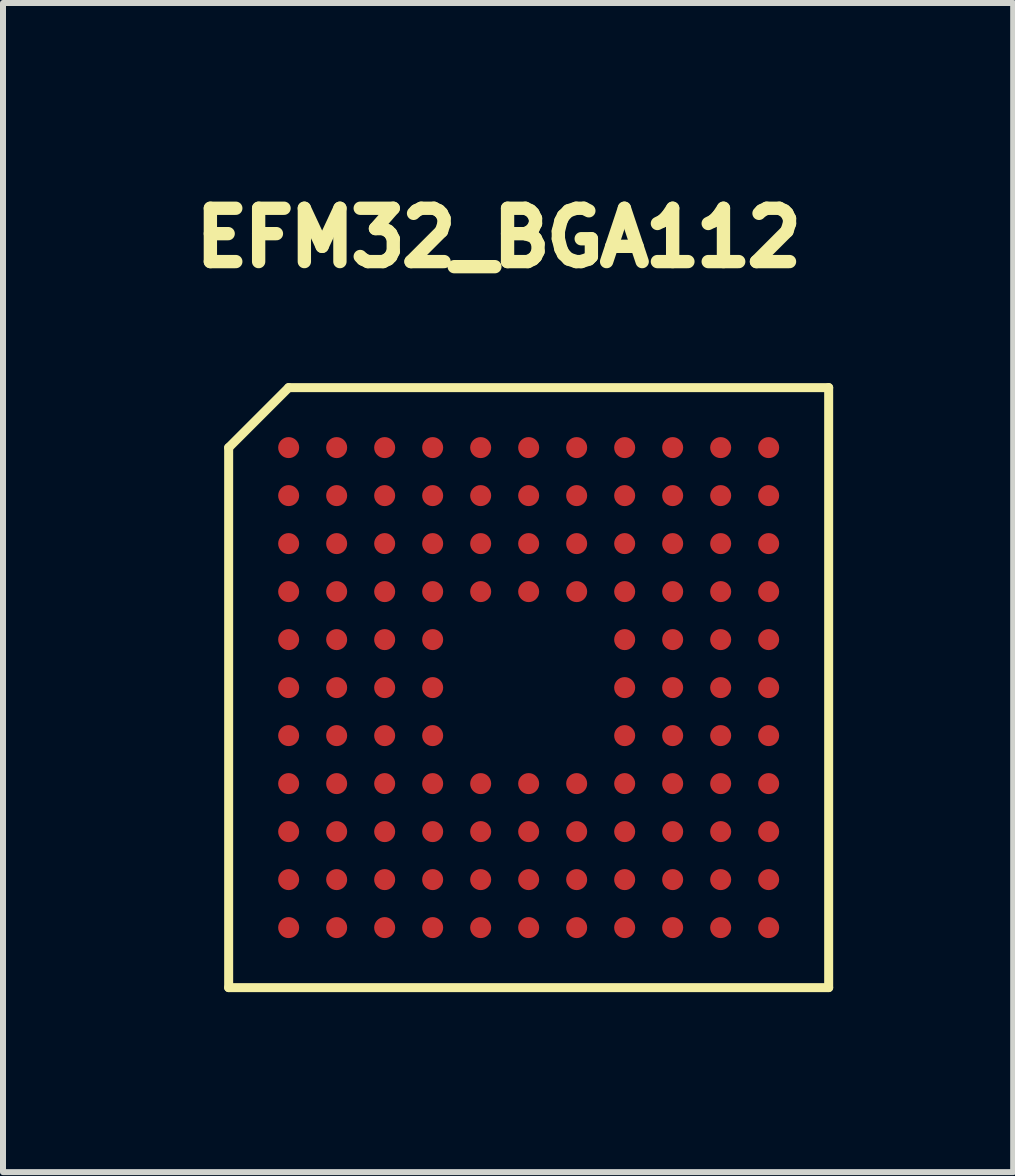
<source format=kicad_pcb>
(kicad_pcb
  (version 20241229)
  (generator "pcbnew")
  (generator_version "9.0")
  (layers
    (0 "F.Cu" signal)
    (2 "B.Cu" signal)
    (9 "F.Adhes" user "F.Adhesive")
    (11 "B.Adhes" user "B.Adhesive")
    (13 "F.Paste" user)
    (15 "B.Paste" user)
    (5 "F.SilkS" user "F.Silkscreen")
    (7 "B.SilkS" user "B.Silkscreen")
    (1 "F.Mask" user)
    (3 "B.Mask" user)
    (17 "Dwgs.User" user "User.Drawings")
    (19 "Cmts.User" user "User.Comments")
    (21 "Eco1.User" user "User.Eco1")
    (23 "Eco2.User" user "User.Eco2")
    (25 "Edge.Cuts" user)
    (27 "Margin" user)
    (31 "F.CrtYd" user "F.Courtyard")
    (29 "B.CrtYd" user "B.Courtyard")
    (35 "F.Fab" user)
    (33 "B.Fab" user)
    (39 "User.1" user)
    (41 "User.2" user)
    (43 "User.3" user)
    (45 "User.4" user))
  (footprint "EFM32_BGA112"
    (layer "F.Cu")
    (at 5.761 8.41)
    (property "Reference" "EFM32_BGA112" (at -0.5 -7.5 0) (layer "F.SilkS") (effects (font (size 0.889 0.889) (thickness 0.305))))
    (attr through_hole)
    (fp_line (start -5 -4) (end -5 5) (stroke (width 0.15) (type solid)) (layer "F.SilkS"))
    (fp_line (start -5 5) (end 5 5) (stroke (width 0.15) (type solid)) (layer "F.SilkS"))
    (fp_line (start -4 -5) (end -5 -4) (stroke (width 0.15) (type solid)) (layer "F.SilkS"))
    (fp_line (start 5 -5) (end -4 -5) (stroke (width 0.15) (type solid)) (layer "F.SilkS"))
    (fp_line (start 5 5) (end 5 -5) (stroke (width 0.15) (type solid)) (layer "F.SilkS"))
    (pad "A1" smd circle (at -4 -4 180) (size 0.35 0.35) (layers "F.Cu" "F.Mask" "F.Paste"))
    (pad "A2" smd circle (at -3.2 -4 180) (size 0.35 0.35) (layers "F.Cu" "F.Mask" "F.Paste"))
    (pad "A3" smd circle (at -2.4 -4 180) (size 0.35 0.35) (layers "F.Cu" "F.Mask" "F.Paste"))
    (pad "A4" smd circle (at -1.6 -4 180) (size 0.35 0.35) (layers "F.Cu" "F.Mask" "F.Paste"))
    (pad "A5" smd circle (at -0.8 -4 180) (size 0.35 0.35) (layers "F.Cu" "F.Mask" "F.Paste"))
    (pad "A6" smd circle (at 0 -4 180) (size 0.35 0.35) (layers "F.Cu" "F.Mask" "F.Paste"))
    (pad "A7" smd circle (at 0.8 -4 180) (size 0.35 0.35) (layers "F.Cu" "F.Mask" "F.Paste"))
    (pad "A8" smd circle (at 1.6 -4 180) (size 0.35 0.35) (layers "F.Cu" "F.Mask" "F.Paste"))
    (pad "A9" smd circle (at 2.4 -4 180) (size 0.35 0.35) (layers "F.Cu" "F.Mask" "F.Paste"))
    (pad "A10" smd circle (at 3.2 -4 180) (size 0.35 0.35) (layers "F.Cu" "F.Mask" "F.Paste"))
    (pad "A11" smd circle (at 4 -4 180) (size 0.35 0.35) (layers "F.Cu" "F.Mask" "F.Paste"))
    (pad "B1" smd circle (at -4 -3.2 180) (size 0.35 0.35) (layers "F.Cu" "F.Mask" "F.Paste"))
    (pad "B2" smd circle (at -3.2 -3.2 180) (size 0.35 0.35) (layers "F.Cu" "F.Mask" "F.Paste"))
    (pad "B3" smd circle (at -2.4 -3.2 180) (size 0.35 0.35) (layers "F.Cu" "F.Mask" "F.Paste"))
    (pad "B4" smd circle (at -1.6 -3.2 180) (size 0.35 0.35) (layers "F.Cu" "F.Mask" "F.Paste"))
    (pad "B5" smd circle (at -0.8 -3.2 180) (size 0.35 0.35) (layers "F.Cu" "F.Mask" "F.Paste"))
    (pad "B6" smd circle (at 0 -3.2 180) (size 0.35 0.35) (layers "F.Cu" "F.Mask" "F.Paste"))
    (pad "B7" smd circle (at 0.8 -3.2 180) (size 0.35 0.35) (layers "F.Cu" "F.Mask" "F.Paste"))
    (pad "B8" smd circle (at 1.6 -3.2 180) (size 0.35 0.35) (layers "F.Cu" "F.Mask" "F.Paste"))
    (pad "B9" smd circle (at 2.4 -3.2 180) (size 0.35 0.35) (layers "F.Cu" "F.Mask" "F.Paste"))
    (pad "B10" smd circle (at 3.2 -3.2 180) (size 0.35 0.35) (layers "F.Cu" "F.Mask" "F.Paste"))
    (pad "B11" smd circle (at 4 -3.2 180) (size 0.35 0.35) (layers "F.Cu" "F.Mask" "F.Paste"))
    (pad "C1" smd circle (at -4 -2.4 180) (size 0.35 0.35) (layers "F.Cu" "F.Mask" "F.Paste"))
    (pad "C2" smd circle (at -3.2 -2.4 180) (size 0.35 0.35) (layers "F.Cu" "F.Mask" "F.Paste"))
    (pad "C3" smd circle (at -2.4 -2.4 180) (size 0.35 0.35) (layers "F.Cu" "F.Mask" "F.Paste"))
    (pad "C4" smd circle (at -1.6 -2.4 180) (size 0.35 0.35) (layers "F.Cu" "F.Mask" "F.Paste"))
    (pad "C5" smd circle (at -0.8 -2.4 180) (size 0.35 0.35) (layers "F.Cu" "F.Mask" "F.Paste"))
    (pad "C6" smd circle (at 0 -2.4 180) (size 0.35 0.35) (layers "F.Cu" "F.Mask" "F.Paste"))
    (pad "C7" smd circle (at 0.8 -2.4 180) (size 0.35 0.35) (layers "F.Cu" "F.Mask" "F.Paste"))
    (pad "C8" smd circle (at 1.6 -2.4 180) (size 0.35 0.35) (layers "F.Cu" "F.Mask" "F.Paste"))
    (pad "C9" smd circle (at 2.4 -2.4 180) (size 0.35 0.35) (layers "F.Cu" "F.Mask" "F.Paste"))
    (pad "C10" smd circle (at 3.2 -2.4 180) (size 0.35 0.35) (layers "F.Cu" "F.Mask" "F.Paste"))
    (pad "C11" smd circle (at 4 -2.4 180) (size 0.35 0.35) (layers "F.Cu" "F.Mask" "F.Paste"))
    (pad "D1" smd circle (at -4 -1.6 180) (size 0.35 0.35) (layers "F.Cu" "F.Mask" "F.Paste"))
    (pad "D2" smd circle (at -3.2 -1.6 180) (size 0.35 0.35) (layers "F.Cu" "F.Mask" "F.Paste"))
    (pad "D3" smd circle (at -2.4 -1.6 180) (size 0.35 0.35) (layers "F.Cu" "F.Mask" "F.Paste"))
    (pad "D4" smd circle (at -1.6 -1.6 180) (size 0.35 0.35) (layers "F.Cu" "F.Mask" "F.Paste"))
    (pad "D5" smd circle (at -0.8 -1.6 180) (size 0.35 0.35) (layers "F.Cu" "F.Mask" "F.Paste"))
    (pad "D6" smd circle (at 0 -1.6 180) (size 0.35 0.35) (layers "F.Cu" "F.Mask" "F.Paste"))
    (pad "D7" smd circle (at 0.8 -1.6 180) (size 0.35 0.35) (layers "F.Cu" "F.Mask" "F.Paste"))
    (pad "D8" smd circle (at 1.6 -1.6 180) (size 0.35 0.35) (layers "F.Cu" "F.Mask" "F.Paste"))
    (pad "D9" smd circle (at 2.4 -1.6 180) (size 0.35 0.35) (layers "F.Cu" "F.Mask" "F.Paste"))
    (pad "D10" smd circle (at 3.2 -1.6 180) (size 0.35 0.35) (layers "F.Cu" "F.Mask" "F.Paste"))
    (pad "D11" smd circle (at 4 -1.6 180) (size 0.35 0.35) (layers "F.Cu" "F.Mask" "F.Paste"))
    (pad "E1" smd circle (at -4 -0.8 180) (size 0.35 0.35) (layers "F.Cu" "F.Mask" "F.Paste"))
    (pad "E2" smd circle (at -3.2 -0.8 180) (size 0.35 0.35) (layers "F.Cu" "F.Mask" "F.Paste"))
    (pad "E3" smd circle (at -2.4 -0.8 180) (size 0.35 0.35) (layers "F.Cu" "F.Mask" "F.Paste"))
    (pad "E4" smd circle (at -1.6 -0.8 180) (size 0.35 0.35) (layers "F.Cu" "F.Mask" "F.Paste"))
    (pad "E8" smd circle (at 1.6 -0.8 180) (size 0.35 0.35) (layers "F.Cu" "F.Mask" "F.Paste"))
    (pad "E9" smd circle (at 2.4 -0.8 180) (size 0.35 0.35) (layers "F.Cu" "F.Mask" "F.Paste"))
    (pad "E10" smd circle (at 3.2 -0.8 180) (size 0.35 0.35) (layers "F.Cu" "F.Mask" "F.Paste"))
    (pad "E11" smd circle (at 4 -0.8 180) (size 0.35 0.35) (layers "F.Cu" "F.Mask" "F.Paste"))
    (pad "F1" smd circle (at -4 0 180) (size 0.35 0.35) (layers "F.Cu" "F.Mask" "F.Paste"))
    (pad "F2" smd circle (at -3.2 0 180) (size 0.35 0.35) (layers "F.Cu" "F.Mask" "F.Paste"))
    (pad "F3" smd circle (at -2.4 0 180) (size 0.35 0.35) (layers "F.Cu" "F.Mask" "F.Paste"))
    (pad "F4" smd circle (at -1.6 0 180) (size 0.35 0.35) (layers "F.Cu" "F.Mask" "F.Paste"))
    (pad "F8" smd circle (at 1.6 0 180) (size 0.35 0.35) (layers "F.Cu" "F.Mask" "F.Paste"))
    (pad "F9" smd circle (at 2.4 0 180) (size 0.35 0.35) (layers "F.Cu" "F.Mask" "F.Paste"))
    (pad "F10" smd circle (at 3.2 0 180) (size 0.35 0.35) (layers "F.Cu" "F.Mask" "F.Paste"))
    (pad "F11" smd circle (at 4 0 180) (size 0.35 0.35) (layers "F.Cu" "F.Mask" "F.Paste"))
    (pad "G1" smd circle (at -4 0.8 180) (size 0.35 0.35) (layers "F.Cu" "F.Mask" "F.Paste"))
    (pad "G2" smd circle (at -3.2 0.8 180) (size 0.35 0.35) (layers "F.Cu" "F.Mask" "F.Paste"))
    (pad "G3" smd circle (at -2.4 0.8 180) (size 0.35 0.35) (layers "F.Cu" "F.Mask" "F.Paste"))
    (pad "G4" smd circle (at -1.6 0.8 180) (size 0.35 0.35) (layers "F.Cu" "F.Mask" "F.Paste"))
    (pad "G8" smd circle (at 1.6 0.8 180) (size 0.35 0.35) (layers "F.Cu" "F.Mask" "F.Paste"))
    (pad "G9" smd circle (at 2.4 0.8 180) (size 0.35 0.35) (layers "F.Cu" "F.Mask" "F.Paste"))
    (pad "G10" smd circle (at 3.2 0.8 180) (size 0.35 0.35) (layers "F.Cu" "F.Mask" "F.Paste"))
    (pad "G11" smd circle (at 4 0.8 180) (size 0.35 0.35) (layers "F.Cu" "F.Mask" "F.Paste"))
    (pad "H1" smd circle (at -4 1.6 180) (size 0.35 0.35) (layers "F.Cu" "F.Mask" "F.Paste"))
    (pad "H2" smd circle (at -3.2 1.6 180) (size 0.35 0.35) (layers "F.Cu" "F.Mask" "F.Paste"))
    (pad "H3" smd circle (at -2.4 1.6 180) (size 0.35 0.35) (layers "F.Cu" "F.Mask" "F.Paste"))
    (pad "H4" smd circle (at -1.6 1.6 180) (size 0.35 0.35) (layers "F.Cu" "F.Mask" "F.Paste"))
    (pad "H5" smd circle (at -0.8 1.6 180) (size 0.35 0.35) (layers "F.Cu" "F.Mask" "F.Paste"))
    (pad "H6" smd circle (at 0 1.6 180) (size 0.35 0.35) (layers "F.Cu" "F.Mask" "F.Paste"))
    (pad "H7" smd circle (at 0.8 1.6 180) (size 0.35 0.35) (layers "F.Cu" "F.Mask" "F.Paste"))
    (pad "H8" smd circle (at 1.6 1.6 180) (size 0.35 0.35) (layers "F.Cu" "F.Mask" "F.Paste"))
    (pad "H9" smd circle (at 2.4 1.6 180) (size 0.35 0.35) (layers "F.Cu" "F.Mask" "F.Paste"))
    (pad "H10" smd circle (at 3.2 1.6 180) (size 0.35 0.35) (layers "F.Cu" "F.Mask" "F.Paste"))
    (pad "H11" smd circle (at 4 1.6 180) (size 0.35 0.35) (layers "F.Cu" "F.Mask" "F.Paste"))
    (pad "J1" smd circle (at -4 2.4 180) (size 0.35 0.35) (layers "F.Cu" "F.Mask" "F.Paste"))
    (pad "J2" smd circle (at -3.2 2.4 180) (size 0.35 0.35) (layers "F.Cu" "F.Mask" "F.Paste"))
    (pad "J3" smd circle (at -2.4 2.4 180) (size 0.35 0.35) (layers "F.Cu" "F.Mask" "F.Paste"))
    (pad "J4" smd circle (at -1.6 2.4 180) (size 0.35 0.35) (layers "F.Cu" "F.Mask" "F.Paste"))
    (pad "J5" smd circle (at -0.8 2.4 180) (size 0.35 0.35) (layers "F.Cu" "F.Mask" "F.Paste"))
    (pad "J6" smd circle (at 0 2.4 180) (size 0.35 0.35) (layers "F.Cu" "F.Mask" "F.Paste"))
    (pad "J7" smd circle (at 0.8 2.4 180) (size 0.35 0.35) (layers "F.Cu" "F.Mask" "F.Paste"))
    (pad "J8" smd circle (at 1.6 2.4 180) (size 0.35 0.35) (layers "F.Cu" "F.Mask" "F.Paste"))
    (pad "J9" smd circle (at 2.4 2.4 180) (size 0.35 0.35) (layers "F.Cu" "F.Mask" "F.Paste"))
    (pad "J10" smd circle (at 3.2 2.4 180) (size 0.35 0.35) (layers "F.Cu" "F.Mask" "F.Paste"))
    (pad "J11" smd circle (at 4 2.4 180) (size 0.35 0.35) (layers "F.Cu" "F.Mask" "F.Paste"))
    (pad "K1" smd circle (at -4 3.2 180) (size 0.35 0.35) (layers "F.Cu" "F.Mask" "F.Paste"))
    (pad "K2" smd circle (at -3.2 3.2 180) (size 0.35 0.35) (layers "F.Cu" "F.Mask" "F.Paste"))
    (pad "K3" smd circle (at -2.4 3.2 180) (size 0.35 0.35) (layers "F.Cu" "F.Mask" "F.Paste"))
    (pad "K4" smd circle (at -1.6 3.2 180) (size 0.35 0.35) (layers "F.Cu" "F.Mask" "F.Paste"))
    (pad "K5" smd circle (at -0.8 3.2 180) (size 0.35 0.35) (layers "F.Cu" "F.Mask" "F.Paste"))
    (pad "K6" smd circle (at 0 3.2 180) (size 0.35 0.35) (layers "F.Cu" "F.Mask" "F.Paste"))
    (pad "K7" smd circle (at 0.8 3.2 180) (size 0.35 0.35) (layers "F.Cu" "F.Mask" "F.Paste"))
    (pad "K8" smd circle (at 1.6 3.2 180) (size 0.35 0.35) (layers "F.Cu" "F.Mask" "F.Paste"))
    (pad "K9" smd circle (at 2.4 3.2 180) (size 0.35 0.35) (layers "F.Cu" "F.Mask" "F.Paste"))
    (pad "K10" smd circle (at 3.2 3.2 180) (size 0.35 0.35) (layers "F.Cu" "F.Mask" "F.Paste"))
    (pad "K11" smd circle (at 4 3.2 180) (size 0.35 0.35) (layers "F.Cu" "F.Mask" "F.Paste"))
    (pad "L1" smd circle (at -4 4 180) (size 0.35 0.35) (layers "F.Cu" "F.Mask" "F.Paste"))
    (pad "L2" smd circle (at -3.2 4 180) (size 0.35 0.35) (layers "F.Cu" "F.Mask" "F.Paste"))
    (pad "L3" smd circle (at -2.4 4 180) (size 0.35 0.35) (layers "F.Cu" "F.Mask" "F.Paste"))
    (pad "L4" smd circle (at -1.6 4 180) (size 0.35 0.35) (layers "F.Cu" "F.Mask" "F.Paste"))
    (pad "L5" smd circle (at -0.8 4 180) (size 0.35 0.35) (layers "F.Cu" "F.Mask" "F.Paste"))
    (pad "L6" smd circle (at 0 4 180) (size 0.35 0.35) (layers "F.Cu" "F.Mask" "F.Paste"))
    (pad "L7" smd circle (at 0.8 4 180) (size 0.35 0.35) (layers "F.Cu" "F.Mask" "F.Paste"))
    (pad "L8" smd circle (at 1.6 4 180) (size 0.35 0.35) (layers "F.Cu" "F.Mask" "F.Paste"))
    (pad "L9" smd circle (at 2.4 4 180) (size 0.35 0.35) (layers "F.Cu" "F.Mask" "F.Paste"))
    (pad "L10" smd circle (at 3.2 4 180) (size 0.35 0.35) (layers "F.Cu" "F.Mask" "F.Paste"))
    (pad "L11" smd circle (at 4 4 180) (size 0.35 0.35) (layers "F.Cu" "F.Mask" "F.Paste")))
  (gr_rect
    (start -3 -3)
    (end 13.836 16.485)
    (stroke (width 0.1) (type default))
    (fill no)
    (layer "Edge.Cuts")))
</source>
